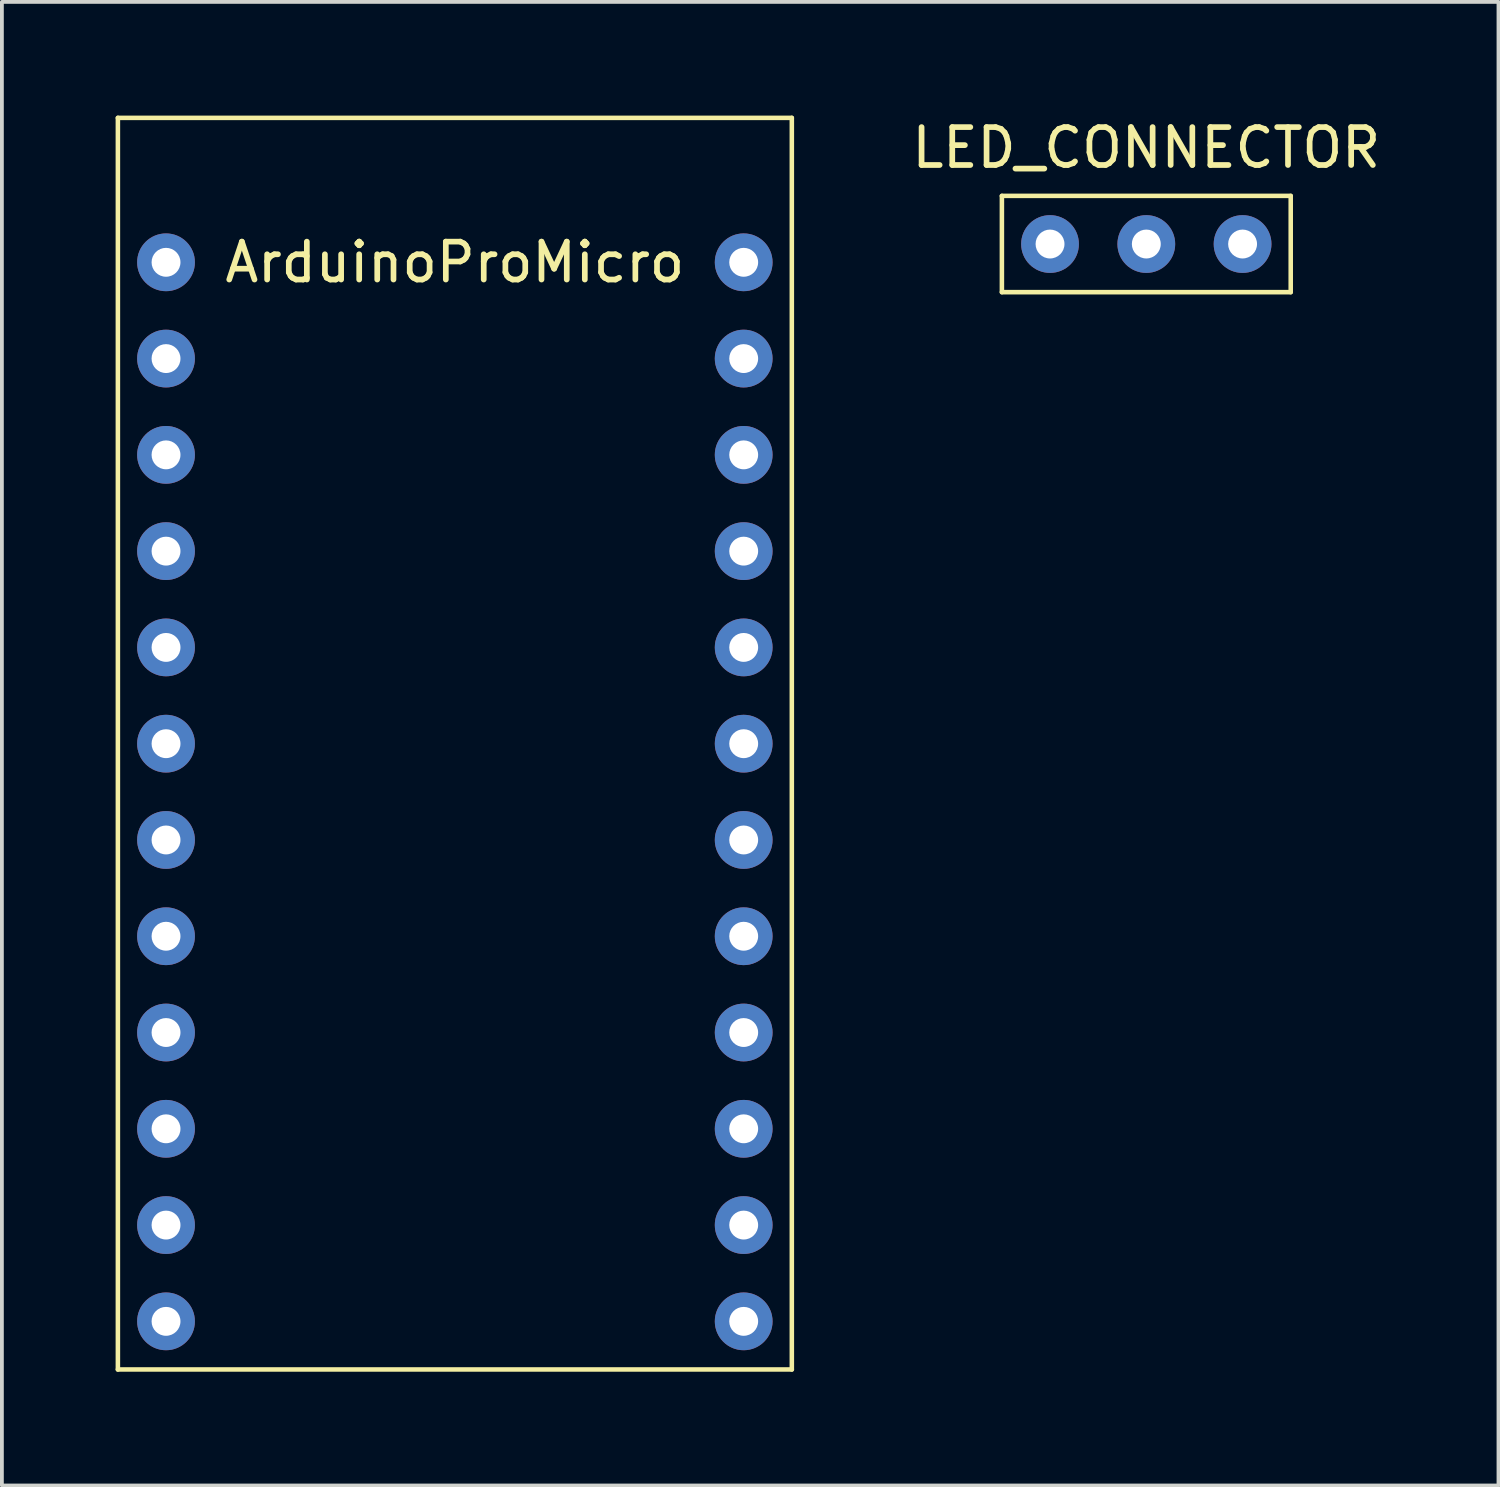
<source format=kicad_pcb>
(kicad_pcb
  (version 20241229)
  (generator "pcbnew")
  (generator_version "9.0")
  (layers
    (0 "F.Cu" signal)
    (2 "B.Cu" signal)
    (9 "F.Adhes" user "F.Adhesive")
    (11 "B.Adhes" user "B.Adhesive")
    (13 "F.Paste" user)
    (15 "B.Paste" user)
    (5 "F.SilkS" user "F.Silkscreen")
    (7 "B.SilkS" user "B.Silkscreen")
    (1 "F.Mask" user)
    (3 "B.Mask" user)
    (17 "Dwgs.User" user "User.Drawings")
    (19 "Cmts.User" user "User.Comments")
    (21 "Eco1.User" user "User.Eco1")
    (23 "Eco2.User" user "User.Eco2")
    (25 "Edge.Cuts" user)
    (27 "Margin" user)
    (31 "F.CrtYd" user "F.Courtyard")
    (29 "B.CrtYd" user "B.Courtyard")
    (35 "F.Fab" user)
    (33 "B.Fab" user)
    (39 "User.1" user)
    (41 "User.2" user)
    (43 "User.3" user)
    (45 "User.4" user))
  (footprint "ArduinoProMicro"
    (layer "F.Cu")
    (at 8.95 3.87)
    (property "Reference" "ArduinoProMicro" (at 0 0 0) (layer "F.SilkS") (effects (font (size 1 1) (thickness 0.15))))
    (attr through_hole)
    (fp_line (start -8.89 -3.81) (end 8.89 -3.81) (stroke (width 0.12) (type solid)) (layer "F.SilkS"))
    (fp_line (start -8.89 29.21) (end -8.89 -3.81) (stroke (width 0.12) (type solid)) (layer "F.SilkS"))
    (fp_line (start 8.89 -3.81) (end 8.89 29.21) (stroke (width 0.12) (type solid)) (layer "F.SilkS"))
    (fp_line (start 8.89 29.21) (end -8.89 29.21) (stroke (width 0.12) (type solid)) (layer "F.SilkS"))
    (pad "1" thru_hole circle (at -7.62 0) (size 1.524 1.524) (drill 0.762) (layers "*.Cu" "*.Mask"))
    (pad "2" thru_hole circle (at -7.62 2.54) (size 1.524 1.524) (drill 0.762) (layers "*.Cu" "*.Mask"))
    (pad "3" thru_hole circle (at -7.62 5.08) (size 1.524 1.524) (drill 0.762) (layers "*.Cu" "*.Mask"))
    (pad "4" thru_hole circle (at -7.62 7.62) (size 1.524 1.524) (drill 0.762) (layers "*.Cu" "*.Mask"))
    (pad "5" thru_hole circle (at -7.62 10.16) (size 1.524 1.524) (drill 0.762) (layers "*.Cu" "*.Mask"))
    (pad "6" thru_hole circle (at -7.62 12.7) (size 1.524 1.524) (drill 0.762) (layers "*.Cu" "*.Mask"))
    (pad "7" thru_hole circle (at -7.62 15.24) (size 1.524 1.524) (drill 0.762) (layers "*.Cu" "*.Mask"))
    (pad "8" thru_hole circle (at -7.62 17.78) (size 1.524 1.524) (drill 0.762) (layers "*.Cu" "*.Mask"))
    (pad "9" thru_hole circle (at -7.62 20.32) (size 1.524 1.524) (drill 0.762) (layers "*.Cu" "*.Mask"))
    (pad "10" thru_hole circle (at -7.62 22.86) (size 1.524 1.524) (drill 0.762) (layers "*.Cu" "*.Mask"))
    (pad "11" thru_hole circle (at -7.62 25.4) (size 1.524 1.524) (drill 0.762) (layers "*.Cu" "*.Mask"))
    (pad "12" thru_hole circle (at -7.62 27.94) (size 1.524 1.524) (drill 0.762) (layers "*.Cu" "*.Mask"))
    (pad "13" thru_hole circle (at 7.62 27.94) (size 1.524 1.524) (drill 0.762) (layers "*.Cu" "*.Mask"))
    (pad "14" thru_hole circle (at 7.62 25.4) (size 1.524 1.524) (drill 0.762) (layers "*.Cu" "*.Mask"))
    (pad "15" thru_hole circle (at 7.62 22.86) (size 1.524 1.524) (drill 0.762) (layers "*.Cu" "*.Mask"))
    (pad "16" thru_hole circle (at 7.62 20.32) (size 1.524 1.524) (drill 0.762) (layers "*.Cu" "*.Mask"))
    (pad "17" thru_hole circle (at 7.62 17.78) (size 1.524 1.524) (drill 0.762) (layers "*.Cu" "*.Mask"))
    (pad "18" thru_hole circle (at 7.62 15.24) (size 1.524 1.524) (drill 0.762) (layers "*.Cu" "*.Mask"))
    (pad "19" thru_hole circle (at 7.62 12.7) (size 1.524 1.524) (drill 0.762) (layers "*.Cu" "*.Mask"))
    (pad "20" thru_hole circle (at 7.62 10.16) (size 1.524 1.524) (drill 0.762) (layers "*.Cu" "*.Mask"))
    (pad "21" thru_hole circle (at 7.62 7.62) (size 1.524 1.524) (drill 0.762) (layers "*.Cu" "*.Mask"))
    (pad "22" thru_hole circle (at 7.62 5.08) (size 1.524 1.524) (drill 0.762) (layers "*.Cu" "*.Mask"))
    (pad "23" thru_hole circle (at 7.62 2.54) (size 1.524 1.524) (drill 0.762) (layers "*.Cu" "*.Mask"))
    (pad "24" thru_hole circle (at 7.62 0) (size 1.524 1.524) (drill 0.762) (layers "*.Cu" "*.Mask")))
  (footprint "LED_CONNECTOR"
    (layer "F.Cu")
    (at 27.192 3.388)
    (property "Reference" "LED_CONNECTOR" (at 0 -2.54 0) (layer "F.SilkS") (effects (font (size 1 1) (thickness 0.15))))
    (attr through_hole)
    (fp_line (start -3.81 -1.27) (end 3.81 -1.27) (stroke (width 0.12) (type solid)) (layer "F.SilkS"))
    (fp_line (start -3.81 1.27) (end -3.81 -1.27) (stroke (width 0.12) (type solid)) (layer "F.SilkS"))
    (fp_line (start 3.81 -1.27) (end 3.81 1.27) (stroke (width 0.12) (type solid)) (layer "F.SilkS"))
    (fp_line (start 3.81 1.27) (end -3.81 1.27) (stroke (width 0.12) (type solid)) (layer "F.SilkS"))
    (pad "1" thru_hole circle (at -2.54 0) (size 1.524 1.524) (drill 0.762) (layers "*.Cu" "*.Mask"))
    (pad "2" thru_hole circle (at 2.54 0) (size 1.524 1.524) (drill 0.762) (layers "*.Cu" "*.Mask"))
    (pad "3" thru_hole circle (at 0 0) (size 1.524 1.524) (drill 0.762) (layers "*.Cu" "*.Mask")))
  (gr_rect
    (start -3 -3)
    (end 36.483 36.14)
    (stroke (width 0.1) (type default))
    (fill no)
    (layer "Edge.Cuts")))
</source>
